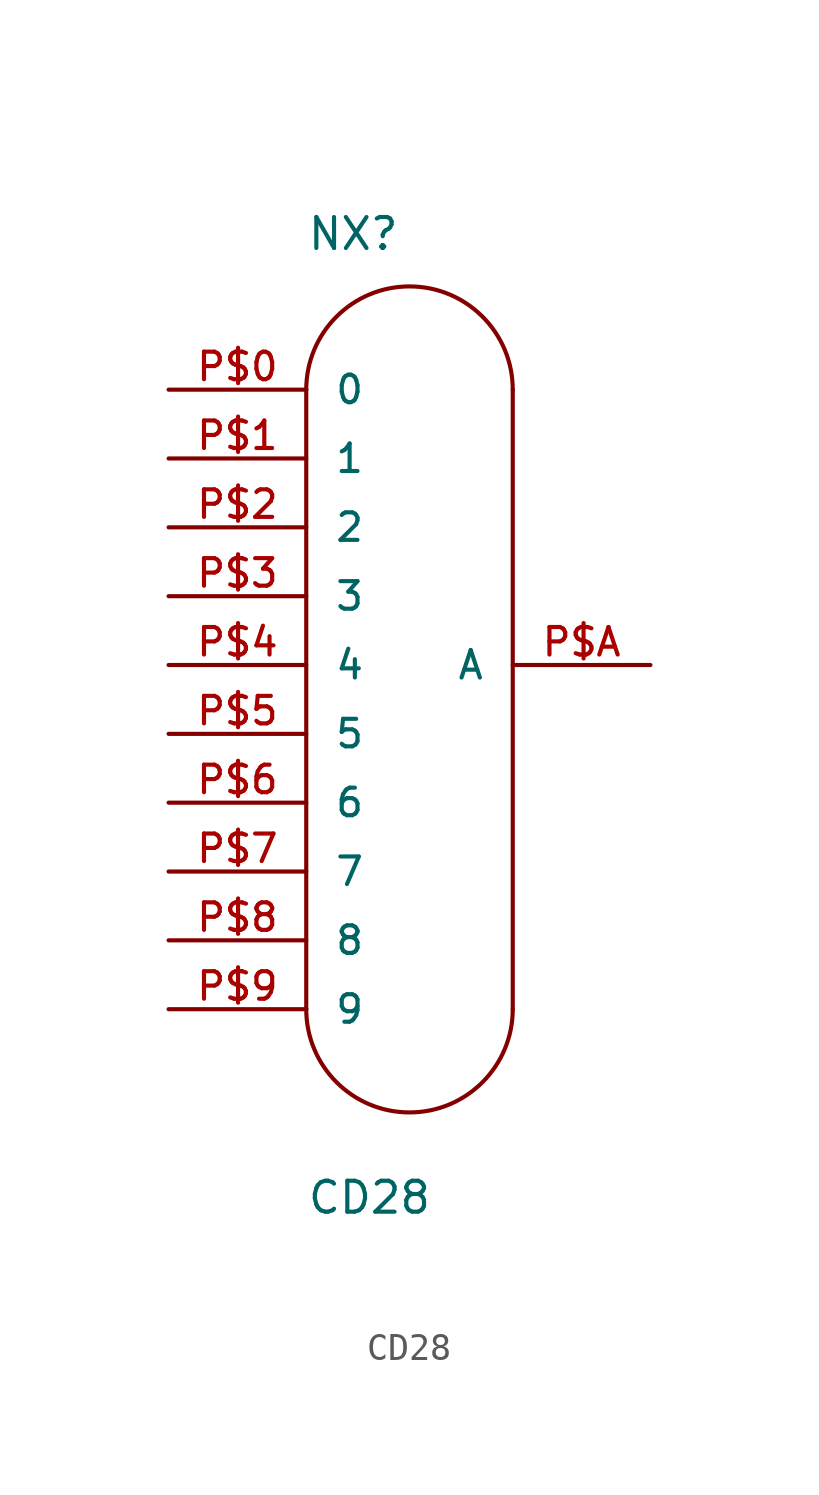
<source format=kicad_sym>
(kicad_symbol_lib
  (version 20220914)
  (generator kicad_symbol_editor)
  (symbol "CD28"
    (pin_names
      (offset 1.016))
    (property "Reference" "NX"
      (at -22.86 12.7 0)
      (effects (font (size 1.143 1.143)) (justify left bottom)))
    (property "Value" "CD28"
      (at -22.86 -22.86 0)
      (effects (font (size 1.143 1.143)) (justify left bottom)))
    (property "ki_locked" ""
      (at 0 0 0)
      (effects (font (size 1.27 1.27))))
    (symbol "CD28_1_0"
      (polyline (pts (xy -22.86 7.62) (xy -22.86 -15.24)) (stroke (width 0) (type solid)) (fill (type none)))
      (polyline (pts (xy -15.24 7.62) (xy -15.24 -15.24)) (stroke (width 0) (type solid)) (fill (type none))))
    (symbol "CD28_1_1"
      (arc (start -22.86 -15.24) (mid -19.05 -19.0334) (end -15.24 -15.24) (stroke (width 0) (type solid)) (fill (type none)))
      (arc (start -15.24 7.62) (mid -19.05 11.4134) (end -22.86 7.62) (stroke (width 0) (type solid)) (fill (type none)))
      (pin passive line (at -27.94 7.62 0) (length 5.08) (name "0" (effects (font (size 1.016 1.016)))) (number "P$0" (effects (font (size 1.016 1.016)))))
      (pin passive line (at -27.94 5.08 0) (length 5.08) (name "1" (effects (font (size 1.016 1.016)))) (number "P$1" (effects (font (size 1.016 1.016)))))
      (pin passive line (at -27.94 2.54 0) (length 5.08) (name "2" (effects (font (size 1.016 1.016)))) (number "P$2" (effects (font (size 1.016 1.016)))))
      (pin passive line (at -27.94 0 0) (length 5.08) (name "3" (effects (font (size 1.016 1.016)))) (number "P$3" (effects (font (size 1.016 1.016)))))
      (pin passive line (at -27.94 -2.54 0) (length 5.08) (name "4" (effects (font (size 1.016 1.016)))) (number "P$4" (effects (font (size 1.016 1.016)))))
      (pin passive line (at -27.94 -5.08 0) (length 5.08) (name "5" (effects (font (size 1.016 1.016)))) (number "P$5" (effects (font (size 1.016 1.016)))))
      (pin passive line (at -27.94 -7.62 0) (length 5.08) (name "6" (effects (font (size 1.016 1.016)))) (number "P$6" (effects (font (size 1.016 1.016)))))
      (pin passive line (at -27.94 -10.16 0) (length 5.08) (name "7" (effects (font (size 1.016 1.016)))) (number "P$7" (effects (font (size 1.016 1.016)))))
      (pin passive line (at -27.94 -12.7 0) (length 5.08) (name "8" (effects (font (size 1.016 1.016)))) (number "P$8" (effects (font (size 1.016 1.016)))))
      (pin passive line (at -27.94 -15.24 0) (length 5.08) (name "9" (effects (font (size 1.016 1.016)))) (number "P$9" (effects (font (size 1.016 1.016)))))
      (pin passive line (at -10.16 -2.54 180) (length 5.08) (name "A" (effects (font (size 1.016 1.016)))) (number "P$A" (effects (font (size 1.016 1.016))))))))
</source>
